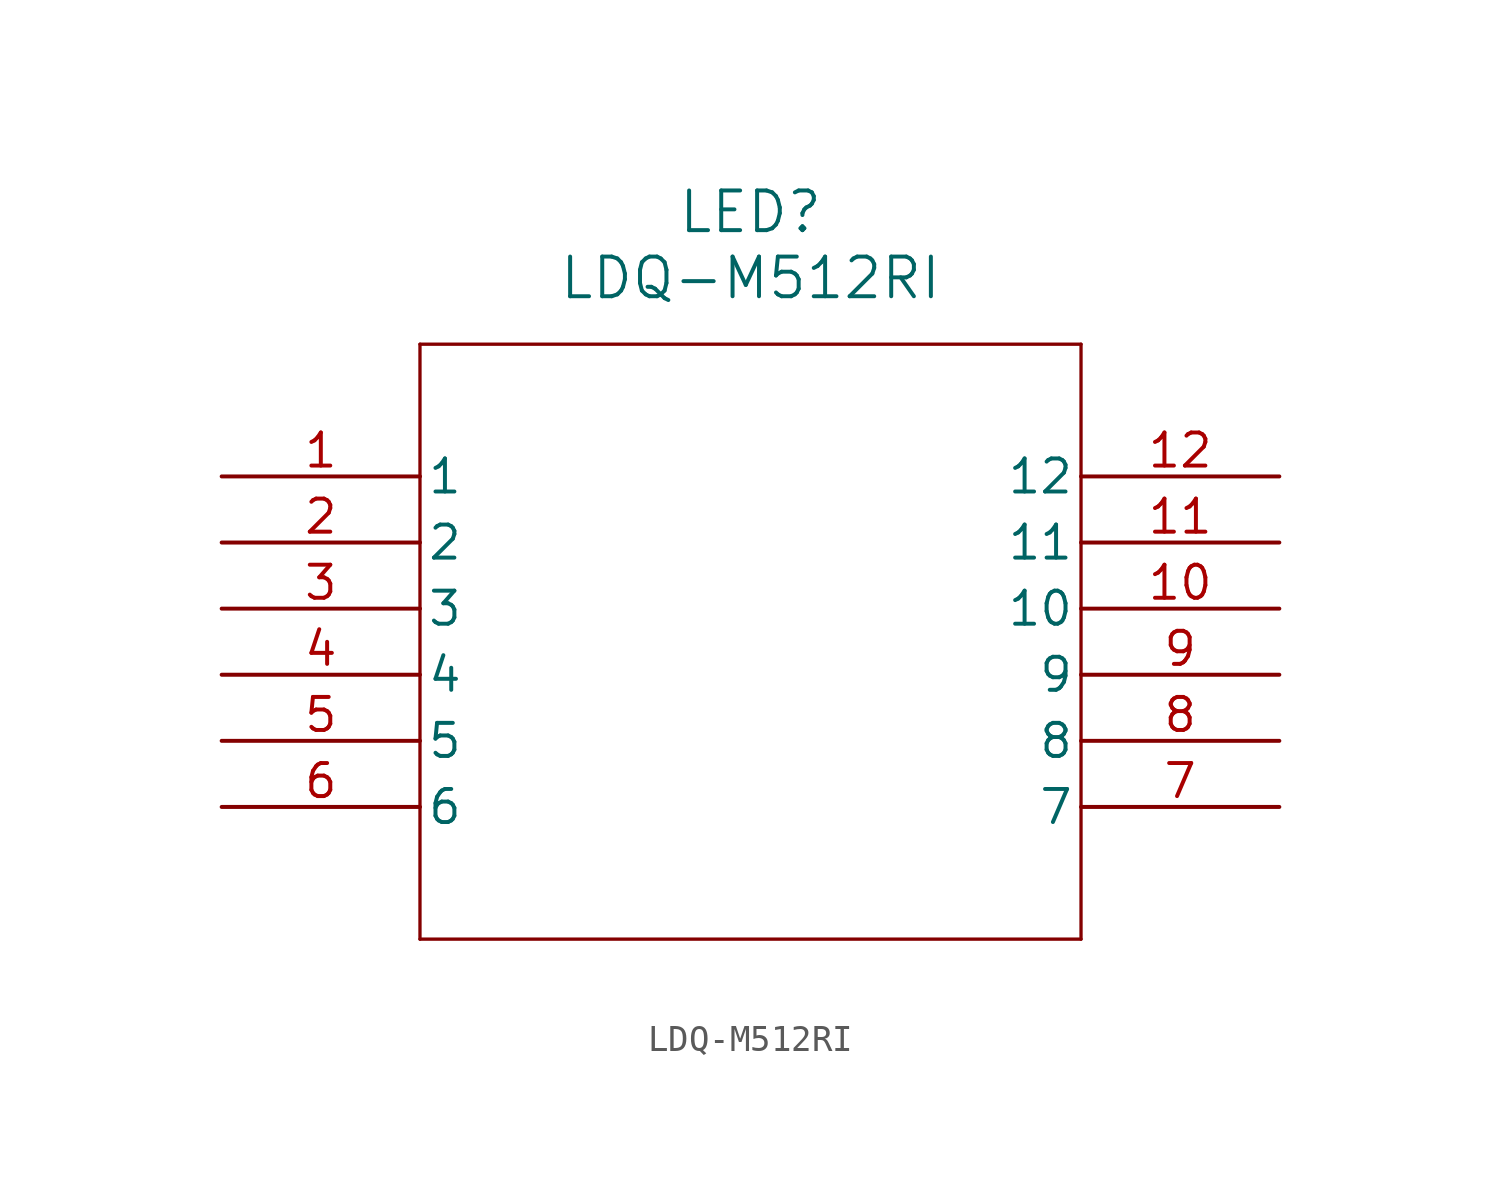
<source format=kicad_sym>
(kicad_symbol_lib
  (version 20211014)
  (generator kicad_symbol_editor)
  (symbol "LDQ-M512RI"
    (pin_names
      (offset 0.254))
    (property "Reference" "LED"
      (at 20.32 10.16 0)
      (effects (font (size 1.524 1.524))))
    (property "Value" "LDQ-M512RI"
      (at 20.32 7.62 0)
      (effects (font (size 1.524 1.524))))
    (symbol "LDQ-M512RI_0_1"
      (polyline (pts (xy 7.62 5.08) (xy 7.62 -17.78)) (stroke (width 0.127) (type default) (color 0 0 0 0)) (fill (type none)))
      (polyline (pts (xy 7.62 -17.78) (xy 33.02 -17.78)) (stroke (width 0.127) (type default) (color 0 0 0 0)) (fill (type none)))
      (polyline (pts (xy 33.02 -17.78) (xy 33.02 5.08)) (stroke (width 0.127) (type default) (color 0 0 0 0)) (fill (type none)))
      (polyline (pts (xy 33.02 5.08) (xy 7.62 5.08)) (stroke (width 0.127) (type default) (color 0 0 0 0)) (fill (type none)))
      (pin unspecified line (at 0 0 0) (length 7.62) (name "1" (effects (font (size 1.27 1.27)))) (number "1" (effects (font (size 1.27 1.27)))))
      (pin unspecified line (at 0 -2.54 0) (length 7.62) (name "2" (effects (font (size 1.27 1.27)))) (number "2" (effects (font (size 1.27 1.27)))))
      (pin unspecified line (at 0 -5.08 0) (length 7.62) (name "3" (effects (font (size 1.27 1.27)))) (number "3" (effects (font (size 1.27 1.27)))))
      (pin unspecified line (at 0 -7.62 0) (length 7.62) (name "4" (effects (font (size 1.27 1.27)))) (number "4" (effects (font (size 1.27 1.27)))))
      (pin unspecified line (at 0 -10.16 0) (length 7.62) (name "5" (effects (font (size 1.27 1.27)))) (number "5" (effects (font (size 1.27 1.27)))))
      (pin unspecified line (at 0 -12.7 0) (length 7.62) (name "6" (effects (font (size 1.27 1.27)))) (number "6" (effects (font (size 1.27 1.27)))))
      (pin unspecified line (at 40.64 -12.7 180) (length 7.62) (name "7" (effects (font (size 1.27 1.27)))) (number "7" (effects (font (size 1.27 1.27)))))
      (pin unspecified line (at 40.64 -10.16 180) (length 7.62) (name "8" (effects (font (size 1.27 1.27)))) (number "8" (effects (font (size 1.27 1.27)))))
      (pin unspecified line (at 40.64 -7.62 180) (length 7.62) (name "9" (effects (font (size 1.27 1.27)))) (number "9" (effects (font (size 1.27 1.27)))))
      (pin unspecified line (at 40.64 -5.08 180) (length 7.62) (name "10" (effects (font (size 1.27 1.27)))) (number "10" (effects (font (size 1.27 1.27)))))
      (pin unspecified line (at 40.64 -2.54 180) (length 7.62) (name "11" (effects (font (size 1.27 1.27)))) (number "11" (effects (font (size 1.27 1.27)))))
      (pin unspecified line (at 40.64 0 180) (length 7.62) (name "12" (effects (font (size 1.27 1.27)))) (number "12" (effects (font (size 1.27 1.27))))))))
</source>
